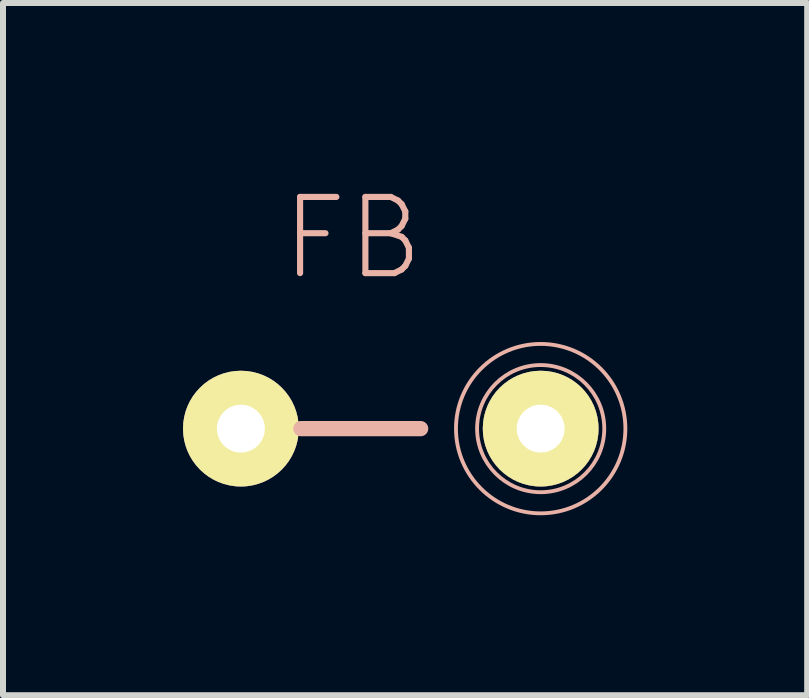
<source format=kicad_pcb>
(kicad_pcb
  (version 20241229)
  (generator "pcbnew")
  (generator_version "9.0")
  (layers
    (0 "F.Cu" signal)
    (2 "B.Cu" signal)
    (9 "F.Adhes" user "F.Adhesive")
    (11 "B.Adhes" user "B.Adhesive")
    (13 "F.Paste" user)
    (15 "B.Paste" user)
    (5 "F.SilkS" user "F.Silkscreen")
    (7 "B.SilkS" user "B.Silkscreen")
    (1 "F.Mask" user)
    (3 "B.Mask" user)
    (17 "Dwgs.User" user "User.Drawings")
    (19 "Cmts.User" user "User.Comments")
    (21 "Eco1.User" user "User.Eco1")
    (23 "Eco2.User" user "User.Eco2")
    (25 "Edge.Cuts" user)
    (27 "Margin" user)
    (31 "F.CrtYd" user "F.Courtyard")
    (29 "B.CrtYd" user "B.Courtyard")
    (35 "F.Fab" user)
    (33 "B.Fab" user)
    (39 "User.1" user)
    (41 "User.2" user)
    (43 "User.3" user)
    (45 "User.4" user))
  (footprint "FB"
    (layer "F.Cu")
    (at 3.465 4.096)
    (property "Reference" "FB" (at -0.635 -3.175 0) (layer "B.SilkS") (effects (font (size 1.27 1.27) (thickness 0.102))))
    (attr exclude_from_pos_files exclude_from_bom)
    (fp_line (start 0.498 0) (end -1.499 0) (stroke (width 0.254) (type solid)) (layer "B.SilkS"))
    (fp_circle (center 2.499 0) (end 3.249 0.749) (stroke (width 0.064) (type solid)) (fill no) (layer "B.SilkS"))
    (fp_circle (center 2.499 0) (end 3.498 0.998) (stroke (width 0.064) (type solid)) (fill no) (layer "B.SilkS"))
    (pad "P$1" thru_hole circle (at -2.499 0) (size 1.93 1.93) (drill 0.798) (layers "*.Cu" "F.Mask" "F.SilkS" "F.Paste"))
    (pad "P$2" thru_hole circle (at 2.499 0) (size 1.93 1.93) (drill 0.798) (layers "*.Cu" "F.Mask" "F.SilkS" "F.Paste")))
  (gr_rect
    (start -3 -3)
    (end 10.407 8.54)
    (stroke (width 0.1) (type default))
    (fill no)
    (layer "Edge.Cuts")))
</source>
